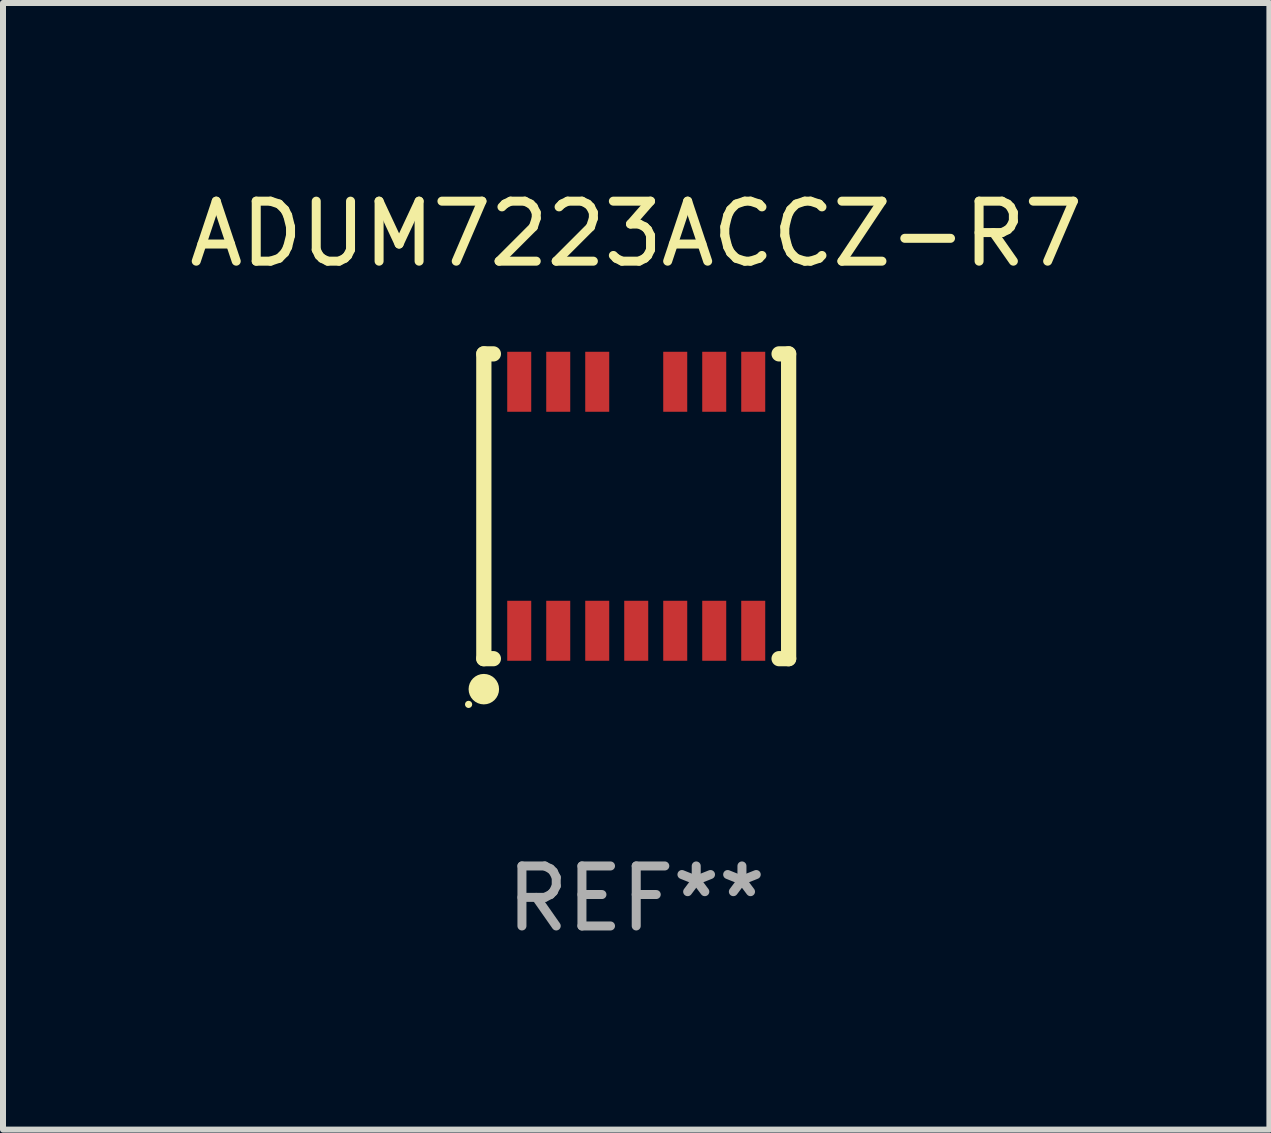
<source format=kicad_pcb>
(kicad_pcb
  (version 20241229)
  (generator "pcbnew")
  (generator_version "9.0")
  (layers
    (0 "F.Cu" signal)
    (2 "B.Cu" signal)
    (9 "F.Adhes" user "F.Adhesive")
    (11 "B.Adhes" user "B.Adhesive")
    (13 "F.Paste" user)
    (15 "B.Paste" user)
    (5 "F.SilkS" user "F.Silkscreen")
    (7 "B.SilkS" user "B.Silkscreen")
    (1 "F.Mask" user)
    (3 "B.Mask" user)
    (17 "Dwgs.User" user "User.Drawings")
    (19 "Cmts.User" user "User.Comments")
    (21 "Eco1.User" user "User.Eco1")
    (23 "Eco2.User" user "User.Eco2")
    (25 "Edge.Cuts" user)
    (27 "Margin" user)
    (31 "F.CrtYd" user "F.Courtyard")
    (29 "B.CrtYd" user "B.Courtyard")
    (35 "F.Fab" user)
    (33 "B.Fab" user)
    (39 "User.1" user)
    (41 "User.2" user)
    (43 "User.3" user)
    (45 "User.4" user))
  (footprint "ADUM7223ACCZ-R7"
    (layer "F.Cu")
    (at 7.554 5.388)
    (property "Reference" "ADUM7223ACCZ-R7" (at 0 -4.54 0) (layer "F.SilkS") (effects (font (size 1 1) (thickness 0.15))))
    (attr through_hole)
    (fp_line (start -2.54 -2.54) (end -2.54 2.54) (stroke (width 0.254) (type solid)) (layer "F.SilkS"))
    (fp_line (start -2.54 2.54) (end -2.381 2.54) (stroke (width 0.254) (type solid)) (layer "F.SilkS"))
    (fp_line (start -2.381 -2.54) (end -2.54 -2.54) (stroke (width 0.254) (type solid)) (layer "F.SilkS"))
    (fp_line (start 2.381 2.54) (end 2.54 2.54) (stroke (width 0.254) (type solid)) (layer "F.SilkS"))
    (fp_line (start 2.54 -2.54) (end 2.381 -2.54) (stroke (width 0.254) (type solid)) (layer "F.SilkS"))
    (fp_line (start 2.54 2.54) (end 2.54 -2.54) (stroke (width 0.254) (type solid)) (layer "F.SilkS"))
    (fp_circle (center -2.794 3.302) (end -2.764 3.302) (stroke (width 0.06) (type solid)) (fill no) (layer "F.SilkS"))
    (fp_circle (center -2.54 3.048) (end -2.413 3.048) (stroke (width 0.254) (type solid)) (fill no) (layer "F.SilkS"))
    (fp_text user "REF**" (at 0 6.54 0) (layer "F.Fab") (effects (font (size 1 1) (thickness 0.15))))
    (pad "1" smd rect (at -1.95 2.075 90) (size 1 0.4) (layers "F.Cu" "F.Mask" "F.Paste"))
    (pad "2" smd rect (at -1.3 2.075 90) (size 1 0.4) (layers "F.Cu" "F.Mask" "F.Paste"))
    (pad "3" smd rect (at -0.65 2.075 90) (size 1 0.4) (layers "F.Cu" "F.Mask" "F.Paste"))
    (pad "4" smd rect (at 0.000025 2.075 90) (size 1 0.4) (layers "F.Cu" "F.Mask" "F.Paste"))
    (pad "5" smd rect (at 0.65 2.075 90) (size 1 0.4) (layers "F.Cu" "F.Mask" "F.Paste"))
    (pad "6" smd rect (at 1.3 2.075 90) (size 1 0.4) (layers "F.Cu" "F.Mask" "F.Paste"))
    (pad "7" smd rect (at 1.95 2.075 90) (size 1 0.4) (layers "F.Cu" "F.Mask" "F.Paste"))
    (pad "8" smd rect (at 1.95 -2.075 90) (size 1 0.4) (layers "F.Cu" "F.Mask" "F.Paste"))
    (pad "9" smd rect (at 1.3 -2.075 90) (size 1 0.4) (layers "F.Cu" "F.Mask" "F.Paste"))
    (pad "10" smd rect (at 0.65 -2.075 90) (size 1 0.4) (layers "F.Cu" "F.Mask" "F.Paste"))
    (pad "11" smd rect (at -0.65 -2.075 90) (size 1 0.4) (layers "F.Cu" "F.Mask" "F.Paste"))
    (pad "12" smd rect (at -1.3 -2.075 90) (size 1 0.4) (layers "F.Cu" "F.Mask" "F.Paste"))
    (pad "13" smd rect (at -1.95 -2.075 90) (size 1 0.4) (layers "F.Cu" "F.Mask" "F.Paste")))
  (gr_rect
    (start -3 -3)
    (end 18.107 15.777)
    (stroke (width 0.1) (type default))
    (fill no)
    (layer "Edge.Cuts")))
</source>
